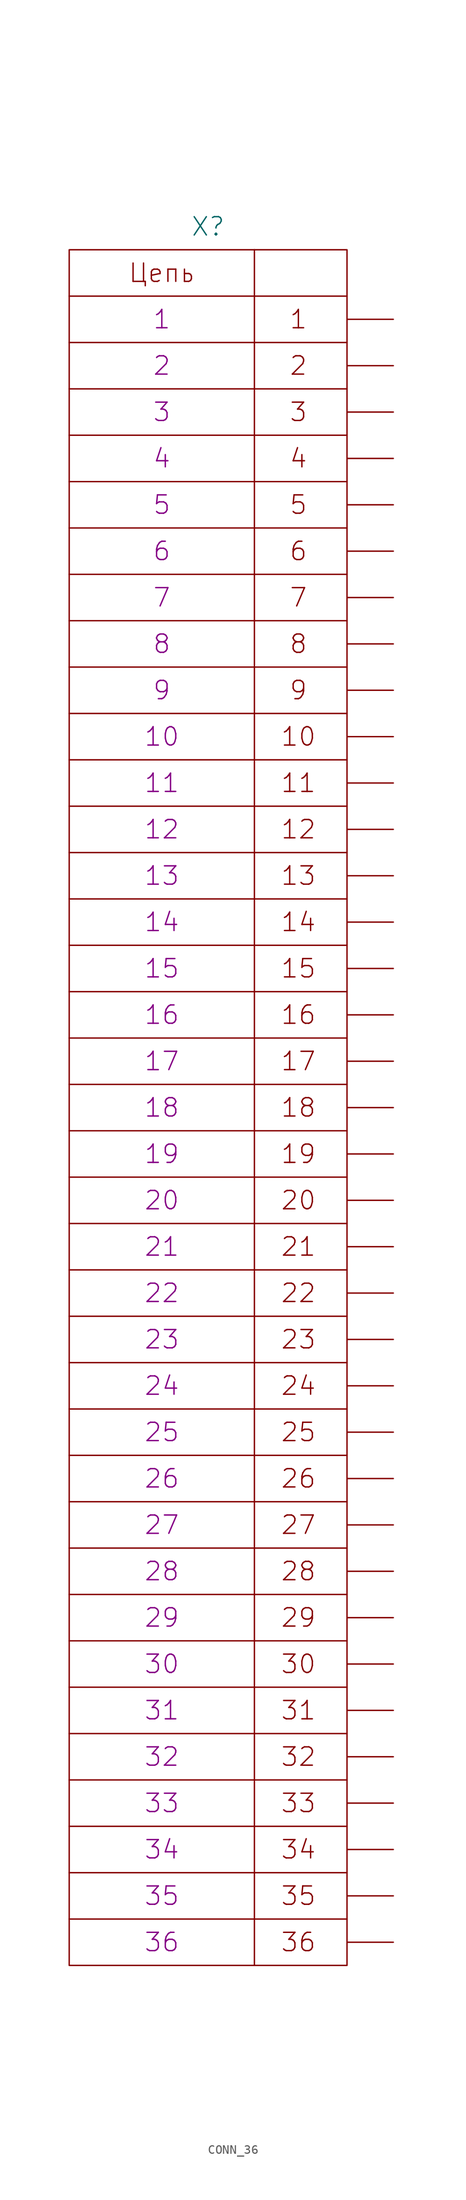
<source format=kicad_sym>
(kicad_symbol_lib
  (version 20231120)
  (generator "kicad_symbol_editor")
  (generator_version "8.0")
  (symbol "CONN_36"
    (pin_numbers hide)
    (pin_names
      (offset 0) hide)
    (property "Reference" "X"
      (at 0 96.52 0)
      (effects (font (size 2.007 2.007))))
    (property "PIN1" "1"
      (at -5.08 86.36 0)
      (effects (font (size 2.007 2.007))))
    (property "PIN2" "2"
      (at -5.08 81.28 0)
      (effects (font (size 2.007 2.007))))
    (property "PIN3" "3"
      (at -5.08 76.2 0)
      (effects (font (size 2.007 2.007))))
    (property "PIN4" "4"
      (at -5.08 71.12 0)
      (effects (font (size 2.007 2.007))))
    (property "PIN5" "5"
      (at -5.08 66.04 0)
      (effects (font (size 2.007 2.007))))
    (property "PIN6" "6"
      (at -5.08 60.96 0)
      (effects (font (size 2.007 2.007))))
    (property "PIN7" "7"
      (at -5.08 55.88 0)
      (effects (font (size 2.007 2.007))))
    (property "PIN8" "8"
      (at -5.08 50.8 0)
      (effects (font (size 2.007 2.007))))
    (property "PIN9" "9"
      (at -5.08 45.72 0)
      (effects (font (size 2.007 2.007))))
    (property "PIN10" "10"
      (at -5.08 40.64 0)
      (effects (font (size 2.007 2.007))))
    (property "PIN11" "11"
      (at -5.08 35.56 0)
      (effects (font (size 2.007 2.007))))
    (property "PIN12" "12"
      (at -5.08 30.48 0)
      (effects (font (size 2.007 2.007))))
    (property "PIN13" "13"
      (at -5.08 25.4 0)
      (effects (font (size 2.007 2.007))))
    (property "PIN14" "14"
      (at -5.08 20.32 0)
      (effects (font (size 2.007 2.007))))
    (property "PIN15" "15"
      (at -5.08 15.24 0)
      (effects (font (size 2.007 2.007))))
    (property "PIN16" "16"
      (at -5.08 10.16 0)
      (effects (font (size 2.007 2.007))))
    (property "PIN17" "17"
      (at -5.08 5.08 0)
      (effects (font (size 2.007 2.007))))
    (property "PIN18" "18"
      (at -5.08 0 0)
      (effects (font (size 2.007 2.007))))
    (property "PIN19" "19"
      (at -5.08 -5.08 0)
      (effects (font (size 2.007 2.007))))
    (property "PIN20" "20"
      (at -5.08 -10.16 0)
      (effects (font (size 2.007 2.007))))
    (property "PIN21" "21"
      (at -5.08 -15.24 0)
      (effects (font (size 2.007 2.007))))
    (property "PIN22" "22"
      (at -5.08 -20.32 0)
      (effects (font (size 2.007 2.007))))
    (property "PIN23" "23"
      (at -5.08 -25.4 0)
      (effects (font (size 2.007 2.007))))
    (property "PIN24" "24"
      (at -5.08 -30.48 0)
      (effects (font (size 2.007 2.007))))
    (property "PIN25" "25"
      (at -5.08 -35.56 0)
      (effects (font (size 2.007 2.007))))
    (property "PIN26" "26"
      (at -5.08 -40.64 0)
      (effects (font (size 2.007 2.007))))
    (property "PIN27" "27"
      (at -5.08 -45.72 0)
      (effects (font (size 2.007 2.007))))
    (property "PIN28" "28"
      (at -5.08 -50.8 0)
      (effects (font (size 2.007 2.007))))
    (property "PIN29" "29"
      (at -5.08 -55.88 0)
      (effects (font (size 2.007 2.007))))
    (property "PIN30" "30"
      (at -5.08 -60.96 0)
      (effects (font (size 2.007 2.007))))
    (property "PIN31" "31"
      (at -5.08 -66.04 0)
      (effects (font (size 2.007 2.007))))
    (property "PIN32" "32"
      (at -5.08 -71.12 0)
      (effects (font (size 2.007 2.007))))
    (property "PIN33" "33"
      (at -5.08 -76.2 0)
      (effects (font (size 2.007 2.007))))
    (property "PIN34" "34"
      (at -5.08 -81.28 0)
      (effects (font (size 2.007 2.007))))
    (property "PIN35" "35"
      (at -5.08 -86.36 0)
      (effects (font (size 2.007 2.007))))
    (property "PIN36" "36"
      (at -5.08 -91.44 0)
      (effects (font (size 2.007 2.007))))
    (symbol "CONN_36_0_0"
      (polyline (pts (xy -15.24 -88.9) (xy 15.24 -88.9)) (stroke (width 0) (type solid)) (fill (type none)))
      (polyline (pts (xy -15.24 -83.82) (xy 15.24 -83.82)) (stroke (width 0) (type solid)) (fill (type none)))
      (polyline (pts (xy -15.24 -78.74) (xy 15.24 -78.74)) (stroke (width 0) (type solid)) (fill (type none)))
      (polyline (pts (xy -15.24 -73.66) (xy 15.24 -73.66)) (stroke (width 0) (type solid)) (fill (type none)))
      (polyline (pts (xy -15.24 -68.58) (xy 15.24 -68.58)) (stroke (width 0) (type solid)) (fill (type none)))
      (polyline (pts (xy -15.24 -63.5) (xy 15.24 -63.5)) (stroke (width 0) (type solid)) (fill (type none)))
      (polyline (pts (xy -15.24 -58.42) (xy 15.24 -58.42)) (stroke (width 0) (type solid)) (fill (type none)))
      (polyline (pts (xy -15.24 -53.34) (xy 15.24 -53.34)) (stroke (width 0) (type solid)) (fill (type none)))
      (polyline (pts (xy -15.24 -48.26) (xy 15.24 -48.26)) (stroke (width 0) (type solid)) (fill (type none)))
      (polyline (pts (xy -15.24 -43.18) (xy 15.24 -43.18)) (stroke (width 0) (type solid)) (fill (type none)))
      (polyline (pts (xy -15.24 -38.1) (xy 15.24 -38.1)) (stroke (width 0) (type solid)) (fill (type none)))
      (polyline (pts (xy -15.24 -33.02) (xy 15.24 -33.02)) (stroke (width 0) (type solid)) (fill (type none)))
      (polyline (pts (xy -15.24 -27.94) (xy 15.24 -27.94)) (stroke (width 0) (type solid)) (fill (type none)))
      (polyline (pts (xy -15.24 -22.86) (xy 15.24 -22.86)) (stroke (width 0) (type solid)) (fill (type none)))
      (polyline (pts (xy -15.24 -17.78) (xy 15.24 -17.78)) (stroke (width 0) (type solid)) (fill (type none)))
      (polyline (pts (xy -15.24 -12.7) (xy 15.24 -12.7)) (stroke (width 0) (type solid)) (fill (type none)))
      (polyline (pts (xy -15.24 -7.62) (xy 15.24 -7.62)) (stroke (width 0) (type solid)) (fill (type none)))
      (polyline (pts (xy -15.24 -2.54) (xy 15.24 -2.54)) (stroke (width 0) (type solid)) (fill (type none)))
      (polyline (pts (xy -15.24 2.54) (xy 15.24 2.54)) (stroke (width 0) (type solid)) (fill (type none)))
      (polyline (pts (xy -15.24 7.62) (xy 15.24 7.62)) (stroke (width 0) (type solid)) (fill (type none)))
      (polyline (pts (xy -15.24 12.7) (xy 15.24 12.7)) (stroke (width 0) (type solid)) (fill (type none)))
      (polyline (pts (xy -15.24 17.78) (xy 15.24 17.78)) (stroke (width 0) (type solid)) (fill (type none)))
      (polyline (pts (xy -15.24 22.86) (xy 15.24 22.86)) (stroke (width 0) (type solid)) (fill (type none)))
      (polyline (pts (xy -15.24 27.94) (xy 15.24 27.94)) (stroke (width 0) (type solid)) (fill (type none)))
      (polyline (pts (xy -15.24 33.02) (xy 15.24 33.02)) (stroke (width 0) (type solid)) (fill (type none)))
      (polyline (pts (xy -15.24 38.1) (xy 15.24 38.1)) (stroke (width 0) (type solid)) (fill (type none)))
      (polyline (pts (xy -15.24 43.18) (xy 15.24 43.18)) (stroke (width 0) (type solid)) (fill (type none)))
      (polyline (pts (xy -15.24 48.26) (xy 15.24 48.26)) (stroke (width 0) (type solid)) (fill (type none)))
      (polyline (pts (xy -15.24 53.34) (xy 15.24 53.34)) (stroke (width 0) (type solid)) (fill (type none)))
      (polyline (pts (xy -15.24 58.42) (xy 15.24 58.42)) (stroke (width 0) (type solid)) (fill (type none)))
      (polyline (pts (xy -15.24 63.5) (xy 15.24 63.5)) (stroke (width 0) (type solid)) (fill (type none)))
      (polyline (pts (xy -15.24 68.58) (xy 15.24 68.58)) (stroke (width 0) (type solid)) (fill (type none)))
      (polyline (pts (xy -15.24 73.66) (xy 15.24 73.66)) (stroke (width 0) (type solid)) (fill (type none)))
      (polyline (pts (xy -15.24 78.74) (xy 15.24 78.74)) (stroke (width 0) (type solid)) (fill (type none)))
      (polyline (pts (xy -15.24 83.82) (xy 15.24 83.82)) (stroke (width 0) (type solid)) (fill (type none)))
      (polyline (pts (xy -15.24 88.9) (xy 15.24 88.9)) (stroke (width 0) (type solid)) (fill (type none)))
      (polyline (pts (xy 5.08 93.98) (xy 5.08 -93.98)) (stroke (width 0) (type solid)) (fill (type none)))
      (rectangle (start 15.24 93.98) (end -15.24 -93.98) (stroke (width 0) (type solid)) (fill (type none))))
    (symbol "CONN_36_1_1"
      (text "1" (at 9.906 86.36 0) (effects (font (size 2.007 2.007))))
      (text "10" (at 9.906 40.64 0) (effects (font (size 2.007 2.007))))
      (text "11" (at 9.906 35.56 0) (effects (font (size 2.007 2.007))))
      (text "12" (at 9.906 30.48 0) (effects (font (size 2.007 2.007))))
      (text "13" (at 9.906 25.4 0) (effects (font (size 2.007 2.007))))
      (text "14" (at 9.906 20.32 0) (effects (font (size 2.007 2.007))))
      (text "15" (at 9.906 15.24 0) (effects (font (size 2.007 2.007))))
      (text "16" (at 9.906 10.16 0) (effects (font (size 2.007 2.007))))
      (text "17" (at 9.906 5.08 0) (effects (font (size 2.007 2.007))))
      (text "18" (at 9.906 0 0) (effects (font (size 2.007 2.007))))
      (text "19" (at 9.906 -5.08 0) (effects (font (size 2.007 2.007))))
      (text "2" (at 9.906 81.28 0) (effects (font (size 2.007 2.007))))
      (text "20" (at 9.906 -10.16 0) (effects (font (size 2.007 2.007))))
      (text "21" (at 9.906 -15.24 0) (effects (font (size 2.007 2.007))))
      (text "22" (at 9.906 -20.32 0) (effects (font (size 2.007 2.007))))
      (text "23" (at 9.906 -25.4 0) (effects (font (size 2.007 2.007))))
      (text "24" (at 9.906 -30.48 0) (effects (font (size 2.007 2.007))))
      (text "25" (at 9.906 -35.56 0) (effects (font (size 2.007 2.007))))
      (text "26" (at 9.906 -40.64 0) (effects (font (size 2.007 2.007))))
      (text "27" (at 9.906 -45.72 0) (effects (font (size 2.007 2.007))))
      (text "28" (at 9.906 -50.8 0) (effects (font (size 2.007 2.007))))
      (text "29" (at 9.906 -55.88 0) (effects (font (size 2.007 2.007))))
      (text "3" (at 9.906 76.2 0) (effects (font (size 2.007 2.007))))
      (text "30" (at 9.906 -60.96 0) (effects (font (size 2.007 2.007))))
      (text "31" (at 9.906 -66.04 0) (effects (font (size 2.007 2.007))))
      (text "32" (at 9.906 -71.12 0) (effects (font (size 2.007 2.007))))
      (text "33" (at 9.906 -76.2 0) (effects (font (size 2.007 2.007))))
      (text "34" (at 9.906 -81.28 0) (effects (font (size 2.007 2.007))))
      (text "35" (at 9.906 -86.36 0) (effects (font (size 2.007 2.007))))
      (text "36" (at 9.906 -91.44 0) (effects (font (size 2.007 2.007))))
      (text "4" (at 9.906 71.12 0) (effects (font (size 2.007 2.007))))
      (text "5" (at 9.906 66.04 0) (effects (font (size 2.007 2.007))))
      (text "6" (at 9.906 60.96 0) (effects (font (size 2.007 2.007))))
      (text "7" (at 9.906 55.88 0) (effects (font (size 2.007 2.007))))
      (text "8" (at 9.906 50.8 0) (effects (font (size 2.007 2.007))))
      (text "9" (at 9.906 45.72 0) (effects (font (size 2.007 2.007))))
      (text "Цепь" (at -5.08 91.44 0) (effects (font (size 2.007 2.007))))
      (pin passive line (at 20.32 86.36 180) (length 5.08) (name "1" (effects (font (size 2.007 2.007)))) (number "1" (effects (font (size 2.007 2.007)))))
      (pin passive line (at 20.32 40.64 180) (length 5.08) (name "10" (effects (font (size 2.007 2.007)))) (number "10" (effects (font (size 2.007 2.007)))))
      (pin passive line (at 20.32 35.56 180) (length 5.08) (name "11" (effects (font (size 2.007 2.007)))) (number "11" (effects (font (size 2.007 2.007)))))
      (pin passive line (at 20.32 30.48 180) (length 5.08) (name "12" (effects (font (size 2.007 2.007)))) (number "12" (effects (font (size 2.007 2.007)))))
      (pin passive line (at 20.32 25.4 180) (length 5.08) (name "13" (effects (font (size 2.007 2.007)))) (number "13" (effects (font (size 2.007 2.007)))))
      (pin passive line (at 20.32 20.32 180) (length 5.08) (name "14" (effects (font (size 2.007 2.007)))) (number "14" (effects (font (size 2.007 2.007)))))
      (pin passive line (at 20.32 15.24 180) (length 5.08) (name "15" (effects (font (size 2.007 2.007)))) (number "15" (effects (font (size 2.007 2.007)))))
      (pin passive line (at 20.32 10.16 180) (length 5.08) (name "16" (effects (font (size 2.007 2.007)))) (number "16" (effects (font (size 2.007 2.007)))))
      (pin passive line (at 20.32 5.08 180) (length 5.08) (name "17" (effects (font (size 2.007 2.007)))) (number "17" (effects (font (size 2.007 2.007)))))
      (pin passive line (at 20.32 0 180) (length 5.08) (name "18" (effects (font (size 2.007 2.007)))) (number "18" (effects (font (size 2.007 2.007)))))
      (pin passive line (at 20.32 -5.08 180) (length 5.08) (name "19" (effects (font (size 2.007 2.007)))) (number "19" (effects (font (size 2.007 2.007)))))
      (pin passive line (at 20.32 81.28 180) (length 5.08) (name "2" (effects (font (size 2.007 2.007)))) (number "2" (effects (font (size 2.007 2.007)))))
      (pin passive line (at 20.32 -10.16 180) (length 5.08) (name "20" (effects (font (size 2.007 2.007)))) (number "20" (effects (font (size 2.007 2.007)))))
      (pin passive line (at 20.32 -15.24 180) (length 5.08) (name "21" (effects (font (size 2.007 2.007)))) (number "21" (effects (font (size 2.007 2.007)))))
      (pin passive line (at 20.32 -20.32 180) (length 5.08) (name "22" (effects (font (size 2.007 2.007)))) (number "22" (effects (font (size 2.007 2.007)))))
      (pin passive line (at 20.32 -25.4 180) (length 5.08) (name "23" (effects (font (size 2.007 2.007)))) (number "23" (effects (font (size 2.007 2.007)))))
      (pin passive line (at 20.32 -30.48 180) (length 5.08) (name "24" (effects (font (size 2.007 2.007)))) (number "24" (effects (font (size 2.007 2.007)))))
      (pin passive line (at 20.32 -35.56 180) (length 5.08) (name "25" (effects (font (size 2.007 2.007)))) (number "25" (effects (font (size 2.007 2.007)))))
      (pin passive line (at 20.32 -40.64 180) (length 5.08) (name "26" (effects (font (size 2.007 2.007)))) (number "26" (effects (font (size 2.007 2.007)))))
      (pin passive line (at 20.32 -45.72 180) (length 5.08) (name "27" (effects (font (size 2.007 2.007)))) (number "27" (effects (font (size 2.007 2.007)))))
      (pin passive line (at 20.32 -50.8 180) (length 5.08) (name "28" (effects (font (size 2.007 2.007)))) (number "28" (effects (font (size 2.007 2.007)))))
      (pin passive line (at 20.32 -55.88 180) (length 5.08) (name "29" (effects (font (size 2.007 2.007)))) (number "29" (effects (font (size 2.007 2.007)))))
      (pin passive line (at 20.32 76.2 180) (length 5.08) (name "3" (effects (font (size 2.007 2.007)))) (number "3" (effects (font (size 2.007 2.007)))))
      (pin passive line (at 20.32 -60.96 180) (length 5.08) (name "30" (effects (font (size 2.007 2.007)))) (number "30" (effects (font (size 2.007 2.007)))))
      (pin passive line (at 20.32 -66.04 180) (length 5.08) (name "31" (effects (font (size 2.007 2.007)))) (number "31" (effects (font (size 2.007 2.007)))))
      (pin passive line (at 20.32 -71.12 180) (length 5.08) (name "32" (effects (font (size 2.007 2.007)))) (number "32" (effects (font (size 2.007 2.007)))))
      (pin passive line (at 20.32 -76.2 180) (length 5.08) (name "33" (effects (font (size 2.007 2.007)))) (number "33" (effects (font (size 2.007 2.007)))))
      (pin passive line (at 20.32 -81.28 180) (length 5.08) (name "34" (effects (font (size 2.007 2.007)))) (number "34" (effects (font (size 2.007 2.007)))))
      (pin passive line (at 20.32 -86.36 180) (length 5.08) (name "35" (effects (font (size 2.007 2.007)))) (number "35" (effects (font (size 2.007 2.007)))))
      (pin passive line (at 20.32 -91.44 180) (length 5.08) (name "36" (effects (font (size 2.007 2.007)))) (number "36" (effects (font (size 2.007 2.007)))))
      (pin passive line (at 20.32 71.12 180) (length 5.08) (name "4" (effects (font (size 2.007 2.007)))) (number "4" (effects (font (size 2.007 2.007)))))
      (pin passive line (at 20.32 66.04 180) (length 5.08) (name "5" (effects (font (size 2.007 2.007)))) (number "5" (effects (font (size 2.007 2.007)))))
      (pin passive line (at 20.32 60.96 180) (length 5.08) (name "6" (effects (font (size 2.007 2.007)))) (number "6" (effects (font (size 2.007 2.007)))))
      (pin passive line (at 20.32 55.88 180) (length 5.08) (name "7" (effects (font (size 2.007 2.007)))) (number "7" (effects (font (size 2.007 2.007)))))
      (pin passive line (at 20.32 50.8 180) (length 5.08) (name "8" (effects (font (size 2.007 2.007)))) (number "8" (effects (font (size 2.007 2.007)))))
      (pin passive line (at 20.32 45.72 180) (length 5.08) (name "9" (effects (font (size 2.007 2.007)))) (number "9" (effects (font (size 2.007 2.007))))))))
</source>
